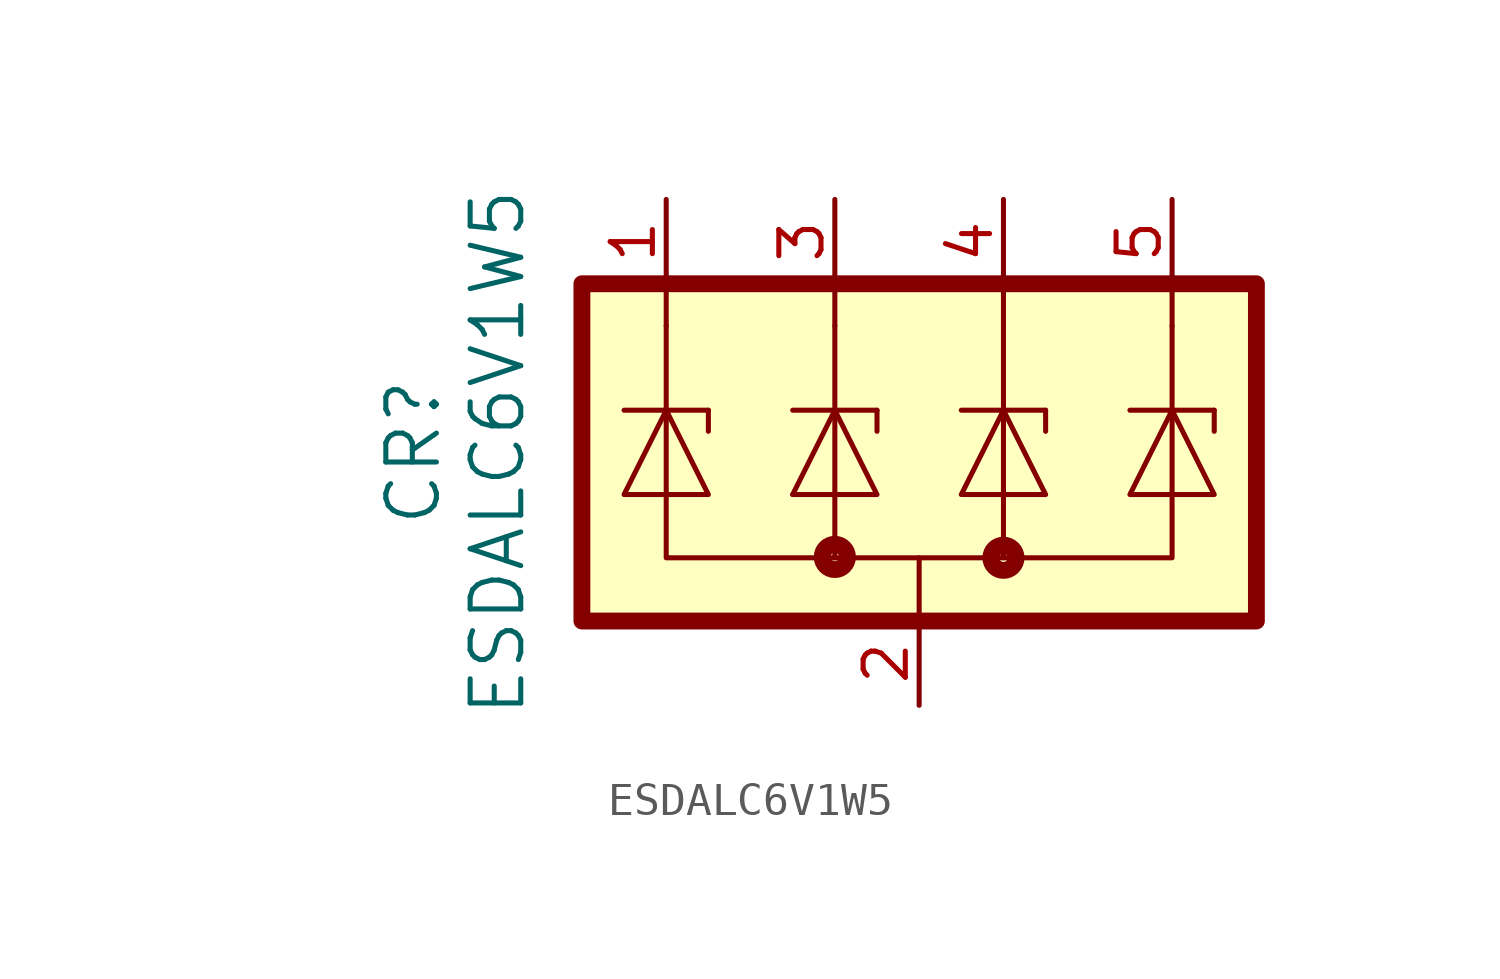
<source format=kicad_sym>
(kicad_symbol_lib
  (version 20211014)
  (generator kicad_symbol_editor)
  (symbol "ESDALC6V1W5"
    (pin_names
      (offset 0.254))
    (property "Reference" "CR"
      (at 5.08 7.62 90)
      (effects (font (size 1.524 1.524))))
    (property "Value" "ESDALC6V1W5"
      (at 7.62 7.62 90)
      (effects (font (size 1.524 1.524))))
    (property "Datasheet" ""
      (at 0 0 0)
      (effects (font (size 1.524 1.524))))
    (property "ki_locked" ""
      (at 0 0 0)
      (effects (font (size 1.27 1.27))))
    (symbol "ESDALC6V1W5_1_1"
      (polyline (pts (xy 11.43 8.89) (xy 13.97 8.89)) (stroke (width 0) (type default) (color 0 0 0 0)) (fill (type none)))
      (polyline (pts (xy 12.7 11.43) (xy 12.7 12.7)) (stroke (width 0) (type default) (color 0 0 0 0)) (fill (type none)))
      (polyline (pts (xy 13.97 8.89) (xy 13.97 8.255)) (stroke (width 0) (type default) (color 0 0 0 0)) (fill (type none)))
      (polyline (pts (xy 16.51 8.89) (xy 19.05 8.89)) (stroke (width 0) (type default) (color 0 0 0 0)) (fill (type none)))
      (polyline (pts (xy 17.78 8.89) (xy 16.51 6.35)) (stroke (width 0) (type default) (color 0 0 0 0)) (fill (type none)))
      (polyline (pts (xy 17.78 11.43) (xy 17.78 4.445)) (stroke (width 0) (type default) (color 0 0 0 0)) (fill (type none)))
      (polyline (pts (xy 17.78 11.43) (xy 17.78 12.7)) (stroke (width 0) (type default) (color 0 0 0 0)) (fill (type none)))
      (polyline (pts (xy 19.05 8.89) (xy 19.05 8.255)) (stroke (width 0) (type default) (color 0 0 0 0)) (fill (type none)))
      (polyline (pts (xy 20.32 4.445) (xy 20.32 2.54)) (stroke (width 0) (type default) (color 0 0 0 0)) (fill (type none)))
      (polyline (pts (xy 21.59 8.89) (xy 24.13 8.89)) (stroke (width 0) (type default) (color 0 0 0 0)) (fill (type none)))
      (polyline (pts (xy 22.86 11.43) (xy 22.86 4.445)) (stroke (width 0) (type default) (color 0 0 0 0)) (fill (type none)))
      (polyline (pts (xy 22.86 11.43) (xy 22.86 12.7)) (stroke (width 0) (type default) (color 0 0 0 0)) (fill (type none)))
      (polyline (pts (xy 24.13 8.89) (xy 24.13 8.255)) (stroke (width 0) (type default) (color 0 0 0 0)) (fill (type none)))
      (polyline (pts (xy 26.67 8.89) (xy 29.21 8.89)) (stroke (width 0) (type default) (color 0 0 0 0)) (fill (type none)))
      (polyline (pts (xy 27.94 11.43) (xy 27.94 12.7)) (stroke (width 0) (type default) (color 0 0 0 0)) (fill (type none)))
      (polyline (pts (xy 29.21 8.89) (xy 29.21 8.255)) (stroke (width 0) (type default) (color 0 0 0 0)) (fill (type none)))
      (polyline (pts (xy 16.51 6.35) (xy 19.05 6.35) (xy 17.78 8.89)) (stroke (width 0) (type default) (color 0 0 0 0)) (fill (type none)))
      (polyline (pts (xy 11.43 6.35) (xy 13.97 6.35) (xy 12.7 8.89) (xy 11.43 6.35)) (stroke (width 0) (type default) (color 0 0 0 0)) (fill (type none)))
      (polyline (pts (xy 12.7 11.43) (xy 12.7 4.445) (xy 27.94 4.445) (xy 27.94 11.43)) (stroke (width 0) (type default) (color 0 0 0 0)) (fill (type none)))
      (polyline (pts (xy 21.59 6.35) (xy 24.13 6.35) (xy 22.86 8.89) (xy 21.59 6.35)) (stroke (width 0) (type default) (color 0 0 0 0)) (fill (type none)))
      (polyline (pts (xy 26.67 6.35) (xy 29.21 6.35) (xy 27.94 8.89) (xy 26.67 6.35)) (stroke (width 0) (type default) (color 0 0 0 0)) (fill (type none)))
      (rectangle (start 10.16 12.7) (end 30.48 2.54) (stroke (width 0.508) (type default) (color 0 0 0 0)) (fill (type background)))
      (circle (center 17.78 4.47) (radius 0.127) (stroke (width 0.508) (type default) (color 0 0 0 0)) (fill (type none)))
      (circle (center 22.86 4.445) (radius 0.127) (stroke (width 0.508) (type default) (color 0 0 0 0)) (fill (type none)))
      (pin passive line (at 12.7 15.24 270) (length 2.54) (name "I/O1" (effects (font (size 0 0)))) (number "1" (effects (font (size 1.27 1.27)))))
      (pin power_in line (at 20.32 0 90) (length 2.54) (name "GND" (effects (font (size 0 0)))) (number "2" (effects (font (size 1.27 1.27)))))
      (pin passive line (at 17.78 15.24 270) (length 2.54) (name "I/O2" (effects (font (size 0 0)))) (number "3" (effects (font (size 1.27 1.27)))))
      (pin passive line (at 22.86 15.24 270) (length 2.54) (name "I/O3" (effects (font (size 0 0)))) (number "4" (effects (font (size 1.27 1.27)))))
      (pin passive line (at 27.94 15.24 270) (length 2.54) (name "I/O4" (effects (font (size 0 0)))) (number "5" (effects (font (size 1.27 1.27))))))))
</source>
